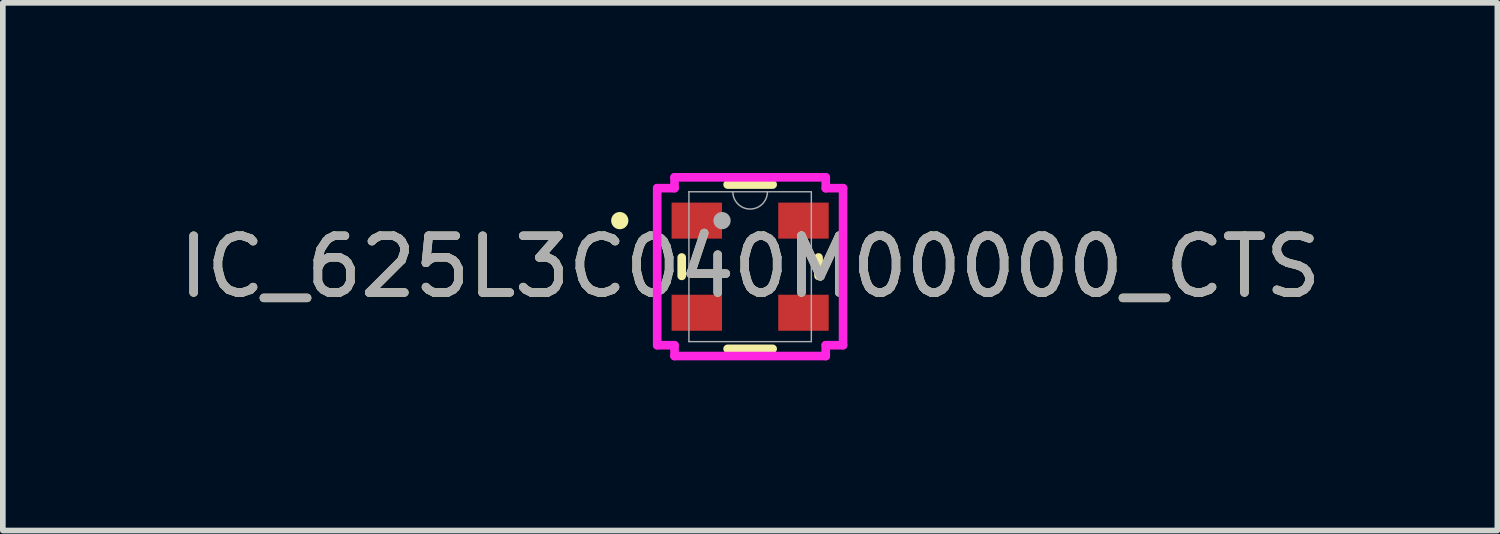
<source format=kicad_pcb>
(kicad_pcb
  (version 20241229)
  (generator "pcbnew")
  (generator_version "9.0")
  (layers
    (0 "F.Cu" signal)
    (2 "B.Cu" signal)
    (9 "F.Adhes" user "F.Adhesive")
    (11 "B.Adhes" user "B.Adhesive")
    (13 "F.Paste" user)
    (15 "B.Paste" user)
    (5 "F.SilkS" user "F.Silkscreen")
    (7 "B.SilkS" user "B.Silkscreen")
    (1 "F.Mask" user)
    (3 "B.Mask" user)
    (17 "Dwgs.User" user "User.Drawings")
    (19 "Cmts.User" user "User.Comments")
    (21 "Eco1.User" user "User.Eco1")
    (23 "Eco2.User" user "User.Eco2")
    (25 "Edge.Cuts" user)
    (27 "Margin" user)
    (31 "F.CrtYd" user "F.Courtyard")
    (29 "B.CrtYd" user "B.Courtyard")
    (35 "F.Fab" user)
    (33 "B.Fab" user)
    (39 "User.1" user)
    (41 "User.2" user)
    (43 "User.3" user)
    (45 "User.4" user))
  (footprint "IC_625L3C040M00000_CTS"
    (layer "F.Cu")
    (at 10.173 1.651)
    (property "Reference" "IC_625L3C040M00000_CTS" (at 0 0 0) (unlocked yes) (layer "F.SilkS") (effects (font (size 1 1) (thickness 0.15))))
    (attr smd)
    (fp_line (start -1.206 -0.162) (end -1.206 0.162) (stroke (width 0.152) (type solid)) (layer "F.SilkS"))
    (fp_line (start -0.397 1.448) (end 0.397 1.448) (stroke (width 0.152) (type solid)) (layer "F.SilkS"))
    (fp_line (start 0.397 -1.448) (end -0.397 -1.448) (stroke (width 0.152) (type solid)) (layer "F.SilkS"))
    (fp_line (start 1.206 0.162) (end 1.206 -0.162) (stroke (width 0.152) (type solid)) (layer "F.SilkS"))
    (fp_circle (center -2.298 -0.812) (end -2.222 -0.812) (stroke (width 0.152) (type solid)) (fill no) (layer "F.SilkS"))
    (fp_line (start -1.638 -1.384) (end -1.333 -1.384) (stroke (width 0.152) (type solid)) (layer "F.CrtYd"))
    (fp_line (start -1.638 1.384) (end -1.638 -1.384) (stroke (width 0.152) (type solid)) (layer "F.CrtYd"))
    (fp_line (start -1.638 1.384) (end -1.333 1.384) (stroke (width 0.152) (type solid)) (layer "F.CrtYd"))
    (fp_line (start -1.333 -1.575) (end 1.333 -1.575) (stroke (width 0.152) (type solid)) (layer "F.CrtYd"))
    (fp_line (start -1.333 -1.384) (end -1.333 -1.575) (stroke (width 0.152) (type solid)) (layer "F.CrtYd"))
    (fp_line (start -1.333 1.575) (end -1.333 1.384) (stroke (width 0.152) (type solid)) (layer "F.CrtYd"))
    (fp_line (start 1.333 -1.575) (end 1.333 -1.384) (stroke (width 0.152) (type solid)) (layer "F.CrtYd"))
    (fp_line (start 1.333 1.384) (end 1.333 1.575) (stroke (width 0.152) (type solid)) (layer "F.CrtYd"))
    (fp_line (start 1.333 1.575) (end -1.333 1.575) (stroke (width 0.152) (type solid)) (layer "F.CrtYd"))
    (fp_line (start 1.638 -1.384) (end 1.333 -1.384) (stroke (width 0.152) (type solid)) (layer "F.CrtYd"))
    (fp_line (start 1.638 -1.384) (end 1.638 1.384) (stroke (width 0.152) (type solid)) (layer "F.CrtYd"))
    (fp_line (start 1.638 1.384) (end 1.333 1.384) (stroke (width 0.152) (type solid)) (layer "F.CrtYd"))
    (fp_line (start -1.079 -1.321) (end -1.079 1.321) (stroke (width 0.025) (type solid)) (layer "F.Fab"))
    (fp_line (start -1.079 1.321) (end 1.079 1.321) (stroke (width 0.025) (type solid)) (layer "F.Fab"))
    (fp_line (start 1.079 -1.321) (end -1.079 -1.321) (stroke (width 0.025) (type solid)) (layer "F.Fab"))
    (fp_line (start 1.079 1.321) (end 1.079 -1.321) (stroke (width 0.025) (type solid)) (layer "F.Fab"))
    (fp_arc (start 0.3048 -1.3208) (mid 0 -1.016) (end -0.3048 -1.3208) (stroke (width 0.0254) (type solid)) (layer "F.Fab"))
    (fp_circle (center -0.495 -0.812) (end -0.495 -0.812) (stroke (width 0.152) (type solid)) (fill no) (layer "F.Fab"))
    (fp_text user "${REFERENCE}" (at 0 0 0) (unlocked yes) (layer "F.Fab") (effects (font (size 1 1) (thickness 0.15))))
    (pad "1" smd rect (at -0.94 -0.812) (size 0.889 0.635) (layers "F.Cu" "F.Mask" "F.Paste"))
    (pad "2" smd rect (at -0.94 0.812) (size 0.889 0.635) (layers "F.Cu" "F.Mask" "F.Paste"))
    (pad "3" smd rect (at 0.94 0.812) (size 0.889 0.635) (layers "F.Cu" "F.Mask" "F.Paste"))
    (pad "4" smd rect (at 0.94 -0.812) (size 0.889 0.635) (layers "F.Cu" "F.Mask" "F.Paste")))
  (gr_rect
    (start -3 -3)
    (end 23.345 6.302)
    (stroke (width 0.1) (type default))
    (fill no)
    (layer "Edge.Cuts")))
</source>
